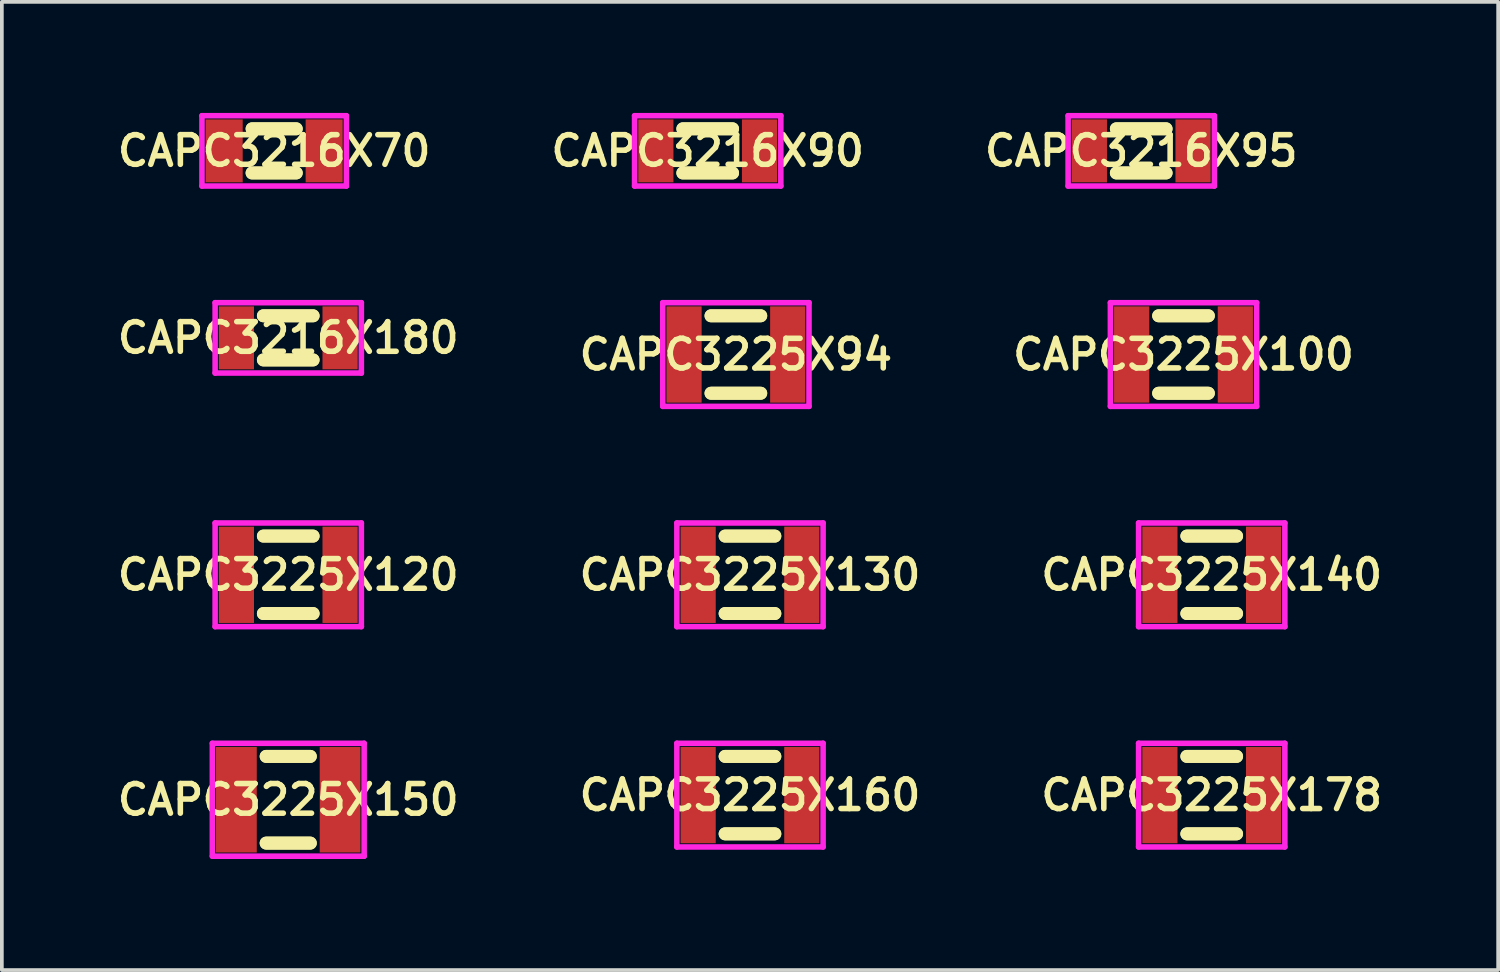
<source format=kicad_pcb>
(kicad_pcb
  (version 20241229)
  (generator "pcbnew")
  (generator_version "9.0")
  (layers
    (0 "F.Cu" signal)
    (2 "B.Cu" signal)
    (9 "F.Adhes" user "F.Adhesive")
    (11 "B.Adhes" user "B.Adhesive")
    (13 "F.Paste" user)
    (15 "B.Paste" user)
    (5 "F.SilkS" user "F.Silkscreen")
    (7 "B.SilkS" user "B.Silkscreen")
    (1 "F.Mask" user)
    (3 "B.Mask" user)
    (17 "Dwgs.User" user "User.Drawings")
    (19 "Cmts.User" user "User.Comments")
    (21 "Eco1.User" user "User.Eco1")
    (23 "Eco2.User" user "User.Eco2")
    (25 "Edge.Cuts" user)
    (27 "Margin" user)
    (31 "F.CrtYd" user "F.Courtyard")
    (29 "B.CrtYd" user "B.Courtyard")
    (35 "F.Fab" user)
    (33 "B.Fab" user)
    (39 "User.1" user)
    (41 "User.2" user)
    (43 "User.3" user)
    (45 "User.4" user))
  (footprint "CAPC3225X150"
    (layer "F.Cu")
    (at 4.735 18.55)
    (property "Reference" "CAPC3225X150" (at 0 0 0) (layer "F.SilkS") (effects (font (size 0.8 0.8) (thickness 0.15))))
    (attr smd)
    (fp_line (start -0.596 -1.171) (end 0.596 -1.171) (stroke (width 0.35) (type solid)) (layer "F.SilkS"))
    (fp_line (start -0.596 1.171) (end 0.596 1.171) (stroke (width 0.35) (type solid)) (layer "F.SilkS"))
    (fp_line (start 0.596 -1.171) (end -0.596 -1.171) (stroke (width 0.35) (type solid)) (layer "F.SilkS"))
    (fp_line (start 0.596 1.171) (end -0.596 1.171) (stroke (width 0.35) (type solid)) (layer "F.SilkS"))
    (fp_line (start -2.05 -1.525) (end 2.05 -1.525) (stroke (width 0.15) (type solid)) (layer "F.CrtYd"))
    (fp_line (start -2.05 1.525) (end -2.05 -1.525) (stroke (width 0.15) (type solid)) (layer "F.CrtYd"))
    (fp_line (start 2.05 -1.525) (end 2.05 1.525) (stroke (width 0.15) (type solid)) (layer "F.CrtYd"))
    (fp_line (start 2.05 1.525) (end -2.05 1.525) (stroke (width 0.15) (type solid)) (layer "F.CrtYd"))
    (pad "1" smd rect (at -1.4 0) (size 1.1 2.85) (layers "F.Cu" "F.Mask" "F.Paste"))
    (pad "2" smd rect (at 1.4 0) (size 1.1 2.85) (layers "F.Cu" "F.Mask" "F.Paste")))
  (footprint "CAPC3225X94"
    (layer "F.Cu")
    (at 16.825 6.525)
    (property "Reference" "CAPC3225X94" (at 0 0 0) (layer "F.SilkS") (effects (font (size 0.8 0.8) (thickness 0.15))))
    (attr smd)
    (fp_line (start -0.671 -1.046) (end 0.671 -1.046) (stroke (width 0.35) (type solid)) (layer "F.SilkS"))
    (fp_line (start -0.671 1.046) (end 0.671 1.046) (stroke (width 0.35) (type solid)) (layer "F.SilkS"))
    (fp_line (start 0.671 -1.046) (end -0.671 -1.046) (stroke (width 0.35) (type solid)) (layer "F.SilkS"))
    (fp_line (start 0.671 1.046) (end -0.671 1.046) (stroke (width 0.35) (type solid)) (layer "F.SilkS"))
    (fp_line (start -1.975 -1.4) (end 1.975 -1.4) (stroke (width 0.15) (type solid)) (layer "F.CrtYd"))
    (fp_line (start -1.975 1.4) (end -1.975 -1.4) (stroke (width 0.15) (type solid)) (layer "F.CrtYd"))
    (fp_line (start 1.975 -1.4) (end 1.975 1.4) (stroke (width 0.15) (type solid)) (layer "F.CrtYd"))
    (fp_line (start 1.975 1.4) (end -1.975 1.4) (stroke (width 0.15) (type solid)) (layer "F.CrtYd"))
    (pad "1" smd rect (at -1.4 0) (size 0.95 2.6) (layers "F.Cu" "F.Mask" "F.Paste"))
    (pad "2" smd rect (at 1.4 0) (size 0.95 2.6) (layers "F.Cu" "F.Mask" "F.Paste")))
  (footprint "CAPC3225X140"
    (layer "F.Cu")
    (at 29.677 12.475)
    (property "Reference" "CAPC3225X140" (at 0 0 0) (layer "F.SilkS") (effects (font (size 0.8 0.8) (thickness 0.15))))
    (attr smd)
    (fp_line (start -0.671 -1.046) (end 0.671 -1.046) (stroke (width 0.35) (type solid)) (layer "F.SilkS"))
    (fp_line (start -0.671 1.046) (end 0.671 1.046) (stroke (width 0.35) (type solid)) (layer "F.SilkS"))
    (fp_line (start 0.671 -1.046) (end -0.671 -1.046) (stroke (width 0.35) (type solid)) (layer "F.SilkS"))
    (fp_line (start 0.671 1.046) (end -0.671 1.046) (stroke (width 0.35) (type solid)) (layer "F.SilkS"))
    (fp_line (start -1.975 -1.4) (end 1.975 -1.4) (stroke (width 0.15) (type solid)) (layer "F.CrtYd"))
    (fp_line (start -1.975 1.4) (end -1.975 -1.4) (stroke (width 0.15) (type solid)) (layer "F.CrtYd"))
    (fp_line (start 1.975 -1.4) (end 1.975 1.4) (stroke (width 0.15) (type solid)) (layer "F.CrtYd"))
    (fp_line (start 1.975 1.4) (end -1.975 1.4) (stroke (width 0.15) (type solid)) (layer "F.CrtYd"))
    (pad "1" smd rect (at -1.4 0) (size 0.95 2.6) (layers "F.Cu" "F.Mask" "F.Paste"))
    (pad "2" smd rect (at 1.4 0) (size 0.95 2.6) (layers "F.Cu" "F.Mask" "F.Paste")))
  (footprint "CAPC3225X178"
    (layer "F.Cu")
    (at 29.677 18.425)
    (property "Reference" "CAPC3225X178" (at 0 0 0) (layer "F.SilkS") (effects (font (size 0.8 0.8) (thickness 0.15))))
    (attr smd)
    (fp_line (start -0.671 -1.046) (end 0.671 -1.046) (stroke (width 0.35) (type solid)) (layer "F.SilkS"))
    (fp_line (start -0.671 1.046) (end 0.671 1.046) (stroke (width 0.35) (type solid)) (layer "F.SilkS"))
    (fp_line (start 0.671 -1.046) (end -0.671 -1.046) (stroke (width 0.35) (type solid)) (layer "F.SilkS"))
    (fp_line (start 0.671 1.046) (end -0.671 1.046) (stroke (width 0.35) (type solid)) (layer "F.SilkS"))
    (fp_line (start -1.975 -1.4) (end 1.975 -1.4) (stroke (width 0.15) (type solid)) (layer "F.CrtYd"))
    (fp_line (start -1.975 1.4) (end -1.975 -1.4) (stroke (width 0.15) (type solid)) (layer "F.CrtYd"))
    (fp_line (start 1.975 -1.4) (end 1.975 1.4) (stroke (width 0.15) (type solid)) (layer "F.CrtYd"))
    (fp_line (start 1.975 1.4) (end -1.975 1.4) (stroke (width 0.15) (type solid)) (layer "F.CrtYd"))
    (pad "1" smd rect (at -1.4 0) (size 0.95 2.6) (layers "F.Cu" "F.Mask" "F.Paste"))
    (pad "2" smd rect (at 1.4 0) (size 0.95 2.6) (layers "F.Cu" "F.Mask" "F.Paste")))
  (footprint "CAPC3225X130"
    (layer "F.Cu")
    (at 17.206 12.475)
    (property "Reference" "CAPC3225X130" (at 0 0 0) (layer "F.SilkS") (effects (font (size 0.8 0.8) (thickness 0.15))))
    (attr smd)
    (fp_line (start -0.671 -1.046) (end 0.671 -1.046) (stroke (width 0.35) (type solid)) (layer "F.SilkS"))
    (fp_line (start -0.671 1.046) (end 0.671 1.046) (stroke (width 0.35) (type solid)) (layer "F.SilkS"))
    (fp_line (start 0.671 -1.046) (end -0.671 -1.046) (stroke (width 0.35) (type solid)) (layer "F.SilkS"))
    (fp_line (start 0.671 1.046) (end -0.671 1.046) (stroke (width 0.35) (type solid)) (layer "F.SilkS"))
    (fp_line (start -1.975 -1.4) (end 1.975 -1.4) (stroke (width 0.15) (type solid)) (layer "F.CrtYd"))
    (fp_line (start -1.975 1.4) (end -1.975 -1.4) (stroke (width 0.15) (type solid)) (layer "F.CrtYd"))
    (fp_line (start 1.975 -1.4) (end 1.975 1.4) (stroke (width 0.15) (type solid)) (layer "F.CrtYd"))
    (fp_line (start 1.975 1.4) (end -1.975 1.4) (stroke (width 0.15) (type solid)) (layer "F.CrtYd"))
    (pad "1" smd rect (at -1.4 0) (size 0.95 2.6) (layers "F.Cu" "F.Mask" "F.Paste"))
    (pad "2" smd rect (at 1.4 0) (size 0.95 2.6) (layers "F.Cu" "F.Mask" "F.Paste")))
  (footprint "CAPC3216X180"
    (layer "F.Cu")
    (at 4.735 6.075)
    (property "Reference" "CAPC3216X180" (at 0 0 0) (layer "F.SilkS") (effects (font (size 0.8 0.8) (thickness 0.15))))
    (attr smd)
    (fp_line (start -0.671 -0.596) (end 0.671 -0.596) (stroke (width 0.35) (type solid)) (layer "F.SilkS"))
    (fp_line (start -0.671 0.596) (end 0.671 0.596) (stroke (width 0.35) (type solid)) (layer "F.SilkS"))
    (fp_line (start 0.671 -0.596) (end -0.671 -0.596) (stroke (width 0.35) (type solid)) (layer "F.SilkS"))
    (fp_line (start 0.671 0.596) (end -0.671 0.596) (stroke (width 0.35) (type solid)) (layer "F.SilkS"))
    (fp_line (start -1.975 -0.95) (end 1.975 -0.95) (stroke (width 0.15) (type solid)) (layer "F.CrtYd"))
    (fp_line (start -1.975 0.95) (end -1.975 -0.95) (stroke (width 0.15) (type solid)) (layer "F.CrtYd"))
    (fp_line (start 1.975 -0.95) (end 1.975 0.95) (stroke (width 0.15) (type solid)) (layer "F.CrtYd"))
    (fp_line (start 1.975 0.95) (end -1.975 0.95) (stroke (width 0.15) (type solid)) (layer "F.CrtYd"))
    (pad "1" smd rect (at -1.4 0) (size 0.95 1.7) (layers "F.Cu" "F.Mask" "F.Paste"))
    (pad "2" smd rect (at 1.4 0) (size 0.95 1.7) (layers "F.Cu" "F.Mask" "F.Paste")))
  (footprint "CAPC3225X160"
    (layer "F.Cu")
    (at 17.206 18.425)
    (property "Reference" "CAPC3225X160" (at 0 0 0) (layer "F.SilkS") (effects (font (size 0.8 0.8) (thickness 0.15))))
    (attr smd)
    (fp_line (start -0.671 -1.046) (end 0.671 -1.046) (stroke (width 0.35) (type solid)) (layer "F.SilkS"))
    (fp_line (start -0.671 1.046) (end 0.671 1.046) (stroke (width 0.35) (type solid)) (layer "F.SilkS"))
    (fp_line (start 0.671 -1.046) (end -0.671 -1.046) (stroke (width 0.35) (type solid)) (layer "F.SilkS"))
    (fp_line (start 0.671 1.046) (end -0.671 1.046) (stroke (width 0.35) (type solid)) (layer "F.SilkS"))
    (fp_line (start -1.975 -1.4) (end 1.975 -1.4) (stroke (width 0.15) (type solid)) (layer "F.CrtYd"))
    (fp_line (start -1.975 1.4) (end -1.975 -1.4) (stroke (width 0.15) (type solid)) (layer "F.CrtYd"))
    (fp_line (start 1.975 -1.4) (end 1.975 1.4) (stroke (width 0.15) (type solid)) (layer "F.CrtYd"))
    (fp_line (start 1.975 1.4) (end -1.975 1.4) (stroke (width 0.15) (type solid)) (layer "F.CrtYd"))
    (pad "1" smd rect (at -1.4 0) (size 0.95 2.6) (layers "F.Cu" "F.Mask" "F.Paste"))
    (pad "2" smd rect (at 1.4 0) (size 0.95 2.6) (layers "F.Cu" "F.Mask" "F.Paste")))
  (footprint "CAPC3225X120"
    (layer "F.Cu")
    (at 4.735 12.475)
    (property "Reference" "CAPC3225X120" (at 0 0 0) (layer "F.SilkS") (effects (font (size 0.8 0.8) (thickness 0.15))))
    (attr smd)
    (fp_line (start -0.671 -1.046) (end 0.671 -1.046) (stroke (width 0.35) (type solid)) (layer "F.SilkS"))
    (fp_line (start -0.671 1.046) (end 0.671 1.046) (stroke (width 0.35) (type solid)) (layer "F.SilkS"))
    (fp_line (start 0.671 -1.046) (end -0.671 -1.046) (stroke (width 0.35) (type solid)) (layer "F.SilkS"))
    (fp_line (start 0.671 1.046) (end -0.671 1.046) (stroke (width 0.35) (type solid)) (layer "F.SilkS"))
    (fp_line (start -1.975 -1.4) (end 1.975 -1.4) (stroke (width 0.15) (type solid)) (layer "F.CrtYd"))
    (fp_line (start -1.975 1.4) (end -1.975 -1.4) (stroke (width 0.15) (type solid)) (layer "F.CrtYd"))
    (fp_line (start 1.975 -1.4) (end 1.975 1.4) (stroke (width 0.15) (type solid)) (layer "F.CrtYd"))
    (fp_line (start 1.975 1.4) (end -1.975 1.4) (stroke (width 0.15) (type solid)) (layer "F.CrtYd"))
    (pad "1" smd rect (at -1.4 0) (size 0.95 2.6) (layers "F.Cu" "F.Mask" "F.Paste"))
    (pad "2" smd rect (at 1.4 0) (size 0.95 2.6) (layers "F.Cu" "F.Mask" "F.Paste")))
  (footprint "CAPC3216X70"
    (layer "F.Cu")
    (at 4.355 1.025)
    (property "Reference" "CAPC3216X70" (at 0 0 0) (layer "F.SilkS") (effects (font (size 0.8 0.8) (thickness 0.15))))
    (attr smd)
    (fp_line (start -0.596 -0.596) (end 0.596 -0.596) (stroke (width 0.35) (type solid)) (layer "F.SilkS"))
    (fp_line (start -0.596 0.596) (end 0.596 0.596) (stroke (width 0.35) (type solid)) (layer "F.SilkS"))
    (fp_line (start 0.596 -0.596) (end -0.596 -0.596) (stroke (width 0.35) (type solid)) (layer "F.SilkS"))
    (fp_line (start 0.596 0.596) (end -0.596 0.596) (stroke (width 0.35) (type solid)) (layer "F.SilkS"))
    (fp_line (start -1.95 -0.95) (end 1.95 -0.95) (stroke (width 0.15) (type solid)) (layer "F.CrtYd"))
    (fp_line (start -1.95 0.95) (end -1.95 -0.95) (stroke (width 0.15) (type solid)) (layer "F.CrtYd"))
    (fp_line (start 1.95 -0.95) (end 1.95 0.95) (stroke (width 0.15) (type solid)) (layer "F.CrtYd"))
    (fp_line (start 1.95 0.95) (end -1.95 0.95) (stroke (width 0.15) (type solid)) (layer "F.CrtYd"))
    (pad "1" smd rect (at -1.35 0) (size 1 1.7) (layers "F.Cu" "F.Mask" "F.Paste"))
    (pad "2" smd rect (at 1.35 0) (size 1 1.7) (layers "F.Cu" "F.Mask" "F.Paste")))
  (footprint "CAPC3216X95"
    (layer "F.Cu")
    (at 27.773 1.025)
    (property "Reference" "CAPC3216X95" (at 0 0 0) (layer "F.SilkS") (effects (font (size 0.8 0.8) (thickness 0.15))))
    (attr smd)
    (fp_line (start -0.671 -0.596) (end 0.671 -0.596) (stroke (width 0.35) (type solid)) (layer "F.SilkS"))
    (fp_line (start -0.671 0.596) (end 0.671 0.596) (stroke (width 0.35) (type solid)) (layer "F.SilkS"))
    (fp_line (start 0.671 -0.596) (end -0.671 -0.596) (stroke (width 0.35) (type solid)) (layer "F.SilkS"))
    (fp_line (start 0.671 0.596) (end -0.671 0.596) (stroke (width 0.35) (type solid)) (layer "F.SilkS"))
    (fp_line (start -1.975 -0.95) (end 1.975 -0.95) (stroke (width 0.15) (type solid)) (layer "F.CrtYd"))
    (fp_line (start -1.975 0.95) (end -1.975 -0.95) (stroke (width 0.15) (type solid)) (layer "F.CrtYd"))
    (fp_line (start 1.975 -0.95) (end 1.975 0.95) (stroke (width 0.15) (type solid)) (layer "F.CrtYd"))
    (fp_line (start 1.975 0.95) (end -1.975 0.95) (stroke (width 0.15) (type solid)) (layer "F.CrtYd"))
    (pad "1" smd rect (at -1.4 0) (size 0.95 1.7) (layers "F.Cu" "F.Mask" "F.Paste"))
    (pad "2" smd rect (at 1.4 0) (size 0.95 1.7) (layers "F.Cu" "F.Mask" "F.Paste")))
  (footprint "CAPC3225X100"
    (layer "F.Cu")
    (at 28.915 6.525)
    (property "Reference" "CAPC3225X100" (at 0 0 0) (layer "F.SilkS") (effects (font (size 0.8 0.8) (thickness 0.15))))
    (attr smd)
    (fp_line (start -0.671 -1.046) (end 0.671 -1.046) (stroke (width 0.35) (type solid)) (layer "F.SilkS"))
    (fp_line (start -0.671 1.046) (end 0.671 1.046) (stroke (width 0.35) (type solid)) (layer "F.SilkS"))
    (fp_line (start 0.671 -1.046) (end -0.671 -1.046) (stroke (width 0.35) (type solid)) (layer "F.SilkS"))
    (fp_line (start 0.671 1.046) (end -0.671 1.046) (stroke (width 0.35) (type solid)) (layer "F.SilkS"))
    (fp_line (start -1.975 -1.4) (end 1.975 -1.4) (stroke (width 0.15) (type solid)) (layer "F.CrtYd"))
    (fp_line (start -1.975 1.4) (end -1.975 -1.4) (stroke (width 0.15) (type solid)) (layer "F.CrtYd"))
    (fp_line (start 1.975 -1.4) (end 1.975 1.4) (stroke (width 0.15) (type solid)) (layer "F.CrtYd"))
    (fp_line (start 1.975 1.4) (end -1.975 1.4) (stroke (width 0.15) (type solid)) (layer "F.CrtYd"))
    (pad "1" smd rect (at -1.4 0) (size 0.95 2.6) (layers "F.Cu" "F.Mask" "F.Paste"))
    (pad "2" smd rect (at 1.4 0) (size 0.95 2.6) (layers "F.Cu" "F.Mask" "F.Paste")))
  (footprint "CAPC3216X90"
    (layer "F.Cu")
    (at 16.064 1.025)
    (property "Reference" "CAPC3216X90" (at 0 0 0) (layer "F.SilkS") (effects (font (size 0.8 0.8) (thickness 0.15))))
    (attr smd)
    (fp_line (start -0.671 -0.596) (end 0.671 -0.596) (stroke (width 0.35) (type solid)) (layer "F.SilkS"))
    (fp_line (start -0.671 0.596) (end 0.671 0.596) (stroke (width 0.35) (type solid)) (layer "F.SilkS"))
    (fp_line (start 0.671 -0.596) (end -0.671 -0.596) (stroke (width 0.35) (type solid)) (layer "F.SilkS"))
    (fp_line (start 0.671 0.596) (end -0.671 0.596) (stroke (width 0.35) (type solid)) (layer "F.SilkS"))
    (fp_line (start -1.975 -0.95) (end 1.975 -0.95) (stroke (width 0.15) (type solid)) (layer "F.CrtYd"))
    (fp_line (start -1.975 0.95) (end -1.975 -0.95) (stroke (width 0.15) (type solid)) (layer "F.CrtYd"))
    (fp_line (start 1.975 -0.95) (end 1.975 0.95) (stroke (width 0.15) (type solid)) (layer "F.CrtYd"))
    (fp_line (start 1.975 0.95) (end -1.975 0.95) (stroke (width 0.15) (type solid)) (layer "F.CrtYd"))
    (pad "1" smd rect (at -1.4 0) (size 0.95 1.7) (layers "F.Cu" "F.Mask" "F.Paste"))
    (pad "2" smd rect (at 1.4 0) (size 0.95 1.7) (layers "F.Cu" "F.Mask" "F.Paste")))
  (gr_rect
    (start -3 -3)
    (end 37.413 23.15)
    (stroke (width 0.1) (type default))
    (fill no)
    (layer "Edge.Cuts")))
</source>
